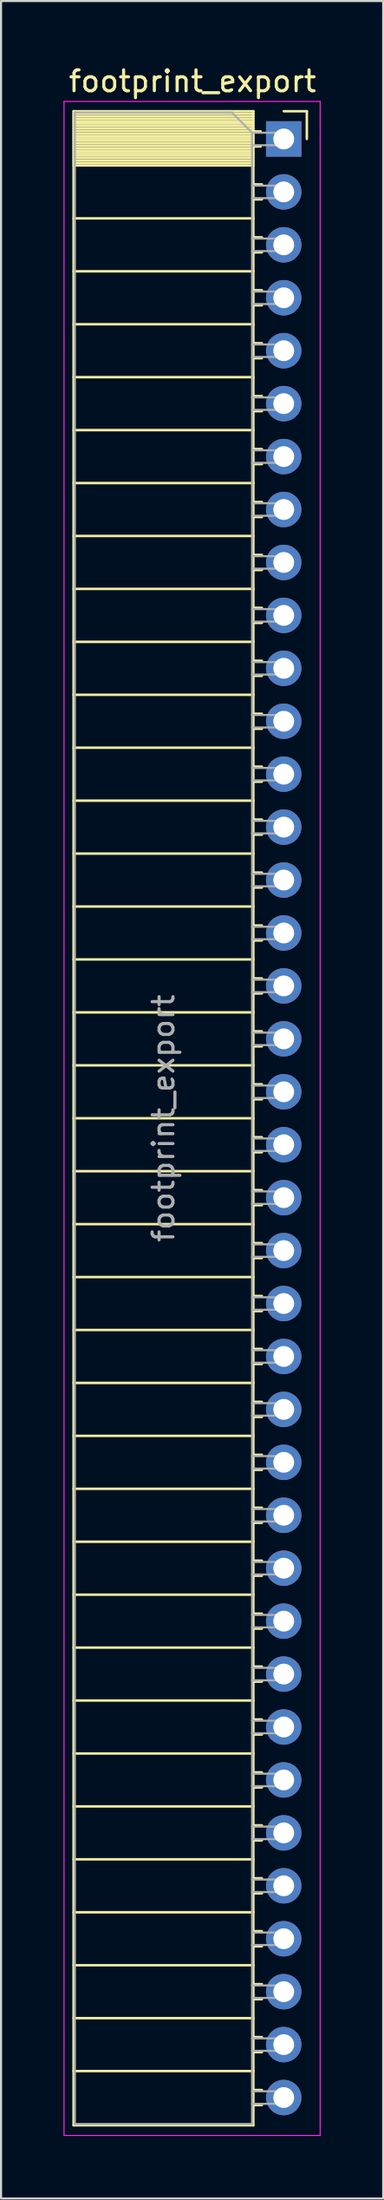
<source format=kicad_pcb>
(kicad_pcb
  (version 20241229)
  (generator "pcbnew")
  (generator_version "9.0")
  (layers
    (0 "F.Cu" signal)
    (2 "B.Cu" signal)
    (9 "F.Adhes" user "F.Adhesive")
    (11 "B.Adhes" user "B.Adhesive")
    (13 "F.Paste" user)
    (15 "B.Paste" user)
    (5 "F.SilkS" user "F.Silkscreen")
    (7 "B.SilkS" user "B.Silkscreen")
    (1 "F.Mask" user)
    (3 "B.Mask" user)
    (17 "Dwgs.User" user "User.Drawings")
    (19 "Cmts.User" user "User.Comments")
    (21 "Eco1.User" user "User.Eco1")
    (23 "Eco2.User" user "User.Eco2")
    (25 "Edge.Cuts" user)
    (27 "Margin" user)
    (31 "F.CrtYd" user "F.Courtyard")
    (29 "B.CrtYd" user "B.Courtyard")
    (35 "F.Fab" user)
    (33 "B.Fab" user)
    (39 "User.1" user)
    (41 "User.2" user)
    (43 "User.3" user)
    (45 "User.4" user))
  (footprint "footprint_export"
    (layer "F.Cu")
    (at 10.575 3.618)
    (property "Reference" "footprint_export" (at -4.38 -2.77 0) (layer "F.SilkS") (effects (font (size 1 1) (thickness 0.15))))
    (attr through_hole)
    (fp_line (start -10.09 -1.33) (end -10.09 95.31) (stroke (width 0.12) (type solid)) (layer "F.SilkS"))
    (fp_line (start -10.09 -1.33) (end -1.46 -1.33) (stroke (width 0.12) (type solid)) (layer "F.SilkS"))
    (fp_line (start -10.09 -1.21) (end -1.46 -1.21) (stroke (width 0.12) (type solid)) (layer "F.SilkS"))
    (fp_line (start -10.09 -1.092) (end -1.46 -1.092) (stroke (width 0.12) (type solid)) (layer "F.SilkS"))
    (fp_line (start -10.09 -0.974) (end -1.46 -0.974) (stroke (width 0.12) (type solid)) (layer "F.SilkS"))
    (fp_line (start -10.09 -0.856) (end -1.46 -0.856) (stroke (width 0.12) (type solid)) (layer "F.SilkS"))
    (fp_line (start -10.09 -0.738) (end -1.46 -0.738) (stroke (width 0.12) (type solid)) (layer "F.SilkS"))
    (fp_line (start -10.09 -0.62) (end -1.46 -0.62) (stroke (width 0.12) (type solid)) (layer "F.SilkS"))
    (fp_line (start -10.09 -0.501) (end -1.46 -0.501) (stroke (width 0.12) (type solid)) (layer "F.SilkS"))
    (fp_line (start -10.09 -0.383) (end -1.46 -0.383) (stroke (width 0.12) (type solid)) (layer "F.SilkS"))
    (fp_line (start -10.09 -0.265) (end -1.46 -0.265) (stroke (width 0.12) (type solid)) (layer "F.SilkS"))
    (fp_line (start -10.09 -0.147) (end -1.46 -0.147) (stroke (width 0.12) (type solid)) (layer "F.SilkS"))
    (fp_line (start -10.09 -0.029) (end -1.46 -0.029) (stroke (width 0.12) (type solid)) (layer "F.SilkS"))
    (fp_line (start -10.09 0.089) (end -1.46 0.089) (stroke (width 0.12) (type solid)) (layer "F.SilkS"))
    (fp_line (start -10.09 0.207) (end -1.46 0.207) (stroke (width 0.12) (type solid)) (layer "F.SilkS"))
    (fp_line (start -10.09 0.325) (end -1.46 0.325) (stroke (width 0.12) (type solid)) (layer "F.SilkS"))
    (fp_line (start -10.09 0.443) (end -1.46 0.443) (stroke (width 0.12) (type solid)) (layer "F.SilkS"))
    (fp_line (start -10.09 0.561) (end -1.46 0.561) (stroke (width 0.12) (type solid)) (layer "F.SilkS"))
    (fp_line (start -10.09 0.68) (end -1.46 0.68) (stroke (width 0.12) (type solid)) (layer "F.SilkS"))
    (fp_line (start -10.09 0.798) (end -1.46 0.798) (stroke (width 0.12) (type solid)) (layer "F.SilkS"))
    (fp_line (start -10.09 0.916) (end -1.46 0.916) (stroke (width 0.12) (type solid)) (layer "F.SilkS"))
    (fp_line (start -10.09 1.034) (end -1.46 1.034) (stroke (width 0.12) (type solid)) (layer "F.SilkS"))
    (fp_line (start -10.09 1.152) (end -1.46 1.152) (stroke (width 0.12) (type solid)) (layer "F.SilkS"))
    (fp_line (start -10.09 1.27) (end -1.46 1.27) (stroke (width 0.12) (type solid)) (layer "F.SilkS"))
    (fp_line (start -10.09 3.81) (end -1.46 3.81) (stroke (width 0.12) (type solid)) (layer "F.SilkS"))
    (fp_line (start -10.09 6.35) (end -1.46 6.35) (stroke (width 0.12) (type solid)) (layer "F.SilkS"))
    (fp_line (start -10.09 8.89) (end -1.46 8.89) (stroke (width 0.12) (type solid)) (layer "F.SilkS"))
    (fp_line (start -10.09 11.43) (end -1.46 11.43) (stroke (width 0.12) (type solid)) (layer "F.SilkS"))
    (fp_line (start -10.09 13.97) (end -1.46 13.97) (stroke (width 0.12) (type solid)) (layer "F.SilkS"))
    (fp_line (start -10.09 16.51) (end -1.46 16.51) (stroke (width 0.12) (type solid)) (layer "F.SilkS"))
    (fp_line (start -10.09 19.05) (end -1.46 19.05) (stroke (width 0.12) (type solid)) (layer "F.SilkS"))
    (fp_line (start -10.09 21.59) (end -1.46 21.59) (stroke (width 0.12) (type solid)) (layer "F.SilkS"))
    (fp_line (start -10.09 24.13) (end -1.46 24.13) (stroke (width 0.12) (type solid)) (layer "F.SilkS"))
    (fp_line (start -10.09 26.67) (end -1.46 26.67) (stroke (width 0.12) (type solid)) (layer "F.SilkS"))
    (fp_line (start -10.09 29.21) (end -1.46 29.21) (stroke (width 0.12) (type solid)) (layer "F.SilkS"))
    (fp_line (start -10.09 31.75) (end -1.46 31.75) (stroke (width 0.12) (type solid)) (layer "F.SilkS"))
    (fp_line (start -10.09 34.29) (end -1.46 34.29) (stroke (width 0.12) (type solid)) (layer "F.SilkS"))
    (fp_line (start -10.09 36.83) (end -1.46 36.83) (stroke (width 0.12) (type solid)) (layer "F.SilkS"))
    (fp_line (start -10.09 39.37) (end -1.46 39.37) (stroke (width 0.12) (type solid)) (layer "F.SilkS"))
    (fp_line (start -10.09 41.91) (end -1.46 41.91) (stroke (width 0.12) (type solid)) (layer "F.SilkS"))
    (fp_line (start -10.09 44.45) (end -1.46 44.45) (stroke (width 0.12) (type solid)) (layer "F.SilkS"))
    (fp_line (start -10.09 46.99) (end -1.46 46.99) (stroke (width 0.12) (type solid)) (layer "F.SilkS"))
    (fp_line (start -10.09 49.53) (end -1.46 49.53) (stroke (width 0.12) (type solid)) (layer "F.SilkS"))
    (fp_line (start -10.09 52.07) (end -1.46 52.07) (stroke (width 0.12) (type solid)) (layer "F.SilkS"))
    (fp_line (start -10.09 54.61) (end -1.46 54.61) (stroke (width 0.12) (type solid)) (layer "F.SilkS"))
    (fp_line (start -10.09 57.15) (end -1.46 57.15) (stroke (width 0.12) (type solid)) (layer "F.SilkS"))
    (fp_line (start -10.09 59.69) (end -1.46 59.69) (stroke (width 0.12) (type solid)) (layer "F.SilkS"))
    (fp_line (start -10.09 62.23) (end -1.46 62.23) (stroke (width 0.12) (type solid)) (layer "F.SilkS"))
    (fp_line (start -10.09 64.77) (end -1.46 64.77) (stroke (width 0.12) (type solid)) (layer "F.SilkS"))
    (fp_line (start -10.09 67.31) (end -1.46 67.31) (stroke (width 0.12) (type solid)) (layer "F.SilkS"))
    (fp_line (start -10.09 69.85) (end -1.46 69.85) (stroke (width 0.12) (type solid)) (layer "F.SilkS"))
    (fp_line (start -10.09 72.39) (end -1.46 72.39) (stroke (width 0.12) (type solid)) (layer "F.SilkS"))
    (fp_line (start -10.09 74.93) (end -1.46 74.93) (stroke (width 0.12) (type solid)) (layer "F.SilkS"))
    (fp_line (start -10.09 77.47) (end -1.46 77.47) (stroke (width 0.12) (type solid)) (layer "F.SilkS"))
    (fp_line (start -10.09 80.01) (end -1.46 80.01) (stroke (width 0.12) (type solid)) (layer "F.SilkS"))
    (fp_line (start -10.09 82.55) (end -1.46 82.55) (stroke (width 0.12) (type solid)) (layer "F.SilkS"))
    (fp_line (start -10.09 85.09) (end -1.46 85.09) (stroke (width 0.12) (type solid)) (layer "F.SilkS"))
    (fp_line (start -10.09 87.63) (end -1.46 87.63) (stroke (width 0.12) (type solid)) (layer "F.SilkS"))
    (fp_line (start -10.09 90.17) (end -1.46 90.17) (stroke (width 0.12) (type solid)) (layer "F.SilkS"))
    (fp_line (start -10.09 92.71) (end -1.46 92.71) (stroke (width 0.12) (type solid)) (layer "F.SilkS"))
    (fp_line (start -10.09 95.31) (end -1.46 95.31) (stroke (width 0.12) (type solid)) (layer "F.SilkS"))
    (fp_line (start -1.46 -1.33) (end -1.46 95.31) (stroke (width 0.12) (type solid)) (layer "F.SilkS"))
    (fp_line (start -1.46 -0.36) (end -1.11 -0.36) (stroke (width 0.12) (type solid)) (layer "F.SilkS"))
    (fp_line (start -1.46 0.36) (end -1.11 0.36) (stroke (width 0.12) (type solid)) (layer "F.SilkS"))
    (fp_line (start -1.46 2.18) (end -1.05 2.18) (stroke (width 0.12) (type solid)) (layer "F.SilkS"))
    (fp_line (start -1.46 2.9) (end -1.05 2.9) (stroke (width 0.12) (type solid)) (layer "F.SilkS"))
    (fp_line (start -1.46 4.72) (end -1.05 4.72) (stroke (width 0.12) (type solid)) (layer "F.SilkS"))
    (fp_line (start -1.46 5.44) (end -1.05 5.44) (stroke (width 0.12) (type solid)) (layer "F.SilkS"))
    (fp_line (start -1.46 7.26) (end -1.05 7.26) (stroke (width 0.12) (type solid)) (layer "F.SilkS"))
    (fp_line (start -1.46 7.98) (end -1.05 7.98) (stroke (width 0.12) (type solid)) (layer "F.SilkS"))
    (fp_line (start -1.46 9.8) (end -1.05 9.8) (stroke (width 0.12) (type solid)) (layer "F.SilkS"))
    (fp_line (start -1.46 10.52) (end -1.05 10.52) (stroke (width 0.12) (type solid)) (layer "F.SilkS"))
    (fp_line (start -1.46 12.34) (end -1.05 12.34) (stroke (width 0.12) (type solid)) (layer "F.SilkS"))
    (fp_line (start -1.46 13.06) (end -1.05 13.06) (stroke (width 0.12) (type solid)) (layer "F.SilkS"))
    (fp_line (start -1.46 14.88) (end -1.05 14.88) (stroke (width 0.12) (type solid)) (layer "F.SilkS"))
    (fp_line (start -1.46 15.6) (end -1.05 15.6) (stroke (width 0.12) (type solid)) (layer "F.SilkS"))
    (fp_line (start -1.46 17.42) (end -1.05 17.42) (stroke (width 0.12) (type solid)) (layer "F.SilkS"))
    (fp_line (start -1.46 18.14) (end -1.05 18.14) (stroke (width 0.12) (type solid)) (layer "F.SilkS"))
    (fp_line (start -1.46 19.96) (end -1.05 19.96) (stroke (width 0.12) (type solid)) (layer "F.SilkS"))
    (fp_line (start -1.46 20.68) (end -1.05 20.68) (stroke (width 0.12) (type solid)) (layer "F.SilkS"))
    (fp_line (start -1.46 22.5) (end -1.05 22.5) (stroke (width 0.12) (type solid)) (layer "F.SilkS"))
    (fp_line (start -1.46 23.22) (end -1.05 23.22) (stroke (width 0.12) (type solid)) (layer "F.SilkS"))
    (fp_line (start -1.46 25.04) (end -1.05 25.04) (stroke (width 0.12) (type solid)) (layer "F.SilkS"))
    (fp_line (start -1.46 25.76) (end -1.05 25.76) (stroke (width 0.12) (type solid)) (layer "F.SilkS"))
    (fp_line (start -1.46 27.58) (end -1.05 27.58) (stroke (width 0.12) (type solid)) (layer "F.SilkS"))
    (fp_line (start -1.46 28.3) (end -1.05 28.3) (stroke (width 0.12) (type solid)) (layer "F.SilkS"))
    (fp_line (start -1.46 30.12) (end -1.05 30.12) (stroke (width 0.12) (type solid)) (layer "F.SilkS"))
    (fp_line (start -1.46 30.84) (end -1.05 30.84) (stroke (width 0.12) (type solid)) (layer "F.SilkS"))
    (fp_line (start -1.46 32.66) (end -1.05 32.66) (stroke (width 0.12) (type solid)) (layer "F.SilkS"))
    (fp_line (start -1.46 33.38) (end -1.05 33.38) (stroke (width 0.12) (type solid)) (layer "F.SilkS"))
    (fp_line (start -1.46 35.2) (end -1.05 35.2) (stroke (width 0.12) (type solid)) (layer "F.SilkS"))
    (fp_line (start -1.46 35.92) (end -1.05 35.92) (stroke (width 0.12) (type solid)) (layer "F.SilkS"))
    (fp_line (start -1.46 37.74) (end -1.05 37.74) (stroke (width 0.12) (type solid)) (layer "F.SilkS"))
    (fp_line (start -1.46 38.46) (end -1.05 38.46) (stroke (width 0.12) (type solid)) (layer "F.SilkS"))
    (fp_line (start -1.46 40.28) (end -1.05 40.28) (stroke (width 0.12) (type solid)) (layer "F.SilkS"))
    (fp_line (start -1.46 41) (end -1.05 41) (stroke (width 0.12) (type solid)) (layer "F.SilkS"))
    (fp_line (start -1.46 42.82) (end -1.05 42.82) (stroke (width 0.12) (type solid)) (layer "F.SilkS"))
    (fp_line (start -1.46 43.54) (end -1.05 43.54) (stroke (width 0.12) (type solid)) (layer "F.SilkS"))
    (fp_line (start -1.46 45.36) (end -1.05 45.36) (stroke (width 0.12) (type solid)) (layer "F.SilkS"))
    (fp_line (start -1.46 46.08) (end -1.05 46.08) (stroke (width 0.12) (type solid)) (layer "F.SilkS"))
    (fp_line (start -1.46 47.9) (end -1.05 47.9) (stroke (width 0.12) (type solid)) (layer "F.SilkS"))
    (fp_line (start -1.46 48.62) (end -1.05 48.62) (stroke (width 0.12) (type solid)) (layer "F.SilkS"))
    (fp_line (start -1.46 50.44) (end -1.05 50.44) (stroke (width 0.12) (type solid)) (layer "F.SilkS"))
    (fp_line (start -1.46 51.16) (end -1.05 51.16) (stroke (width 0.12) (type solid)) (layer "F.SilkS"))
    (fp_line (start -1.46 52.98) (end -1.05 52.98) (stroke (width 0.12) (type solid)) (layer "F.SilkS"))
    (fp_line (start -1.46 53.7) (end -1.05 53.7) (stroke (width 0.12) (type solid)) (layer "F.SilkS"))
    (fp_line (start -1.46 55.52) (end -1.05 55.52) (stroke (width 0.12) (type solid)) (layer "F.SilkS"))
    (fp_line (start -1.46 56.24) (end -1.05 56.24) (stroke (width 0.12) (type solid)) (layer "F.SilkS"))
    (fp_line (start -1.46 58.06) (end -1.05 58.06) (stroke (width 0.12) (type solid)) (layer "F.SilkS"))
    (fp_line (start -1.46 58.78) (end -1.05 58.78) (stroke (width 0.12) (type solid)) (layer "F.SilkS"))
    (fp_line (start -1.46 60.6) (end -1.05 60.6) (stroke (width 0.12) (type solid)) (layer "F.SilkS"))
    (fp_line (start -1.46 61.32) (end -1.05 61.32) (stroke (width 0.12) (type solid)) (layer "F.SilkS"))
    (fp_line (start -1.46 63.14) (end -1.05 63.14) (stroke (width 0.12) (type solid)) (layer "F.SilkS"))
    (fp_line (start -1.46 63.86) (end -1.05 63.86) (stroke (width 0.12) (type solid)) (layer "F.SilkS"))
    (fp_line (start -1.46 65.68) (end -1.05 65.68) (stroke (width 0.12) (type solid)) (layer "F.SilkS"))
    (fp_line (start -1.46 66.4) (end -1.05 66.4) (stroke (width 0.12) (type solid)) (layer "F.SilkS"))
    (fp_line (start -1.46 68.22) (end -1.05 68.22) (stroke (width 0.12) (type solid)) (layer "F.SilkS"))
    (fp_line (start -1.46 68.94) (end -1.05 68.94) (stroke (width 0.12) (type solid)) (layer "F.SilkS"))
    (fp_line (start -1.46 70.76) (end -1.05 70.76) (stroke (width 0.12) (type solid)) (layer "F.SilkS"))
    (fp_line (start -1.46 71.48) (end -1.05 71.48) (stroke (width 0.12) (type solid)) (layer "F.SilkS"))
    (fp_line (start -1.46 73.3) (end -1.05 73.3) (stroke (width 0.12) (type solid)) (layer "F.SilkS"))
    (fp_line (start -1.46 74.02) (end -1.05 74.02) (stroke (width 0.12) (type solid)) (layer "F.SilkS"))
    (fp_line (start -1.46 75.84) (end -1.05 75.84) (stroke (width 0.12) (type solid)) (layer "F.SilkS"))
    (fp_line (start -1.46 76.56) (end -1.05 76.56) (stroke (width 0.12) (type solid)) (layer "F.SilkS"))
    (fp_line (start -1.46 78.38) (end -1.05 78.38) (stroke (width 0.12) (type solid)) (layer "F.SilkS"))
    (fp_line (start -1.46 79.1) (end -1.05 79.1) (stroke (width 0.12) (type solid)) (layer "F.SilkS"))
    (fp_line (start -1.46 80.92) (end -1.05 80.92) (stroke (width 0.12) (type solid)) (layer "F.SilkS"))
    (fp_line (start -1.46 81.64) (end -1.05 81.64) (stroke (width 0.12) (type solid)) (layer "F.SilkS"))
    (fp_line (start -1.46 83.46) (end -1.05 83.46) (stroke (width 0.12) (type solid)) (layer "F.SilkS"))
    (fp_line (start -1.46 84.18) (end -1.05 84.18) (stroke (width 0.12) (type solid)) (layer "F.SilkS"))
    (fp_line (start -1.46 86) (end -1.05 86) (stroke (width 0.12) (type solid)) (layer "F.SilkS"))
    (fp_line (start -1.46 86.72) (end -1.05 86.72) (stroke (width 0.12) (type solid)) (layer "F.SilkS"))
    (fp_line (start -1.46 88.54) (end -1.05 88.54) (stroke (width 0.12) (type solid)) (layer "F.SilkS"))
    (fp_line (start -1.46 89.26) (end -1.05 89.26) (stroke (width 0.12) (type solid)) (layer "F.SilkS"))
    (fp_line (start -1.46 91.08) (end -1.05 91.08) (stroke (width 0.12) (type solid)) (layer "F.SilkS"))
    (fp_line (start -1.46 91.8) (end -1.05 91.8) (stroke (width 0.12) (type solid)) (layer "F.SilkS"))
    (fp_line (start -1.46 93.62) (end -1.05 93.62) (stroke (width 0.12) (type solid)) (layer "F.SilkS"))
    (fp_line (start -1.46 94.34) (end -1.05 94.34) (stroke (width 0.12) (type solid)) (layer "F.SilkS"))
    (fp_line (start 0 -1.33) (end 1.11 -1.33) (stroke (width 0.12) (type solid)) (layer "F.SilkS"))
    (fp_line (start 1.11 -1.33) (end 1.11 0) (stroke (width 0.12) (type solid)) (layer "F.SilkS"))
    (fp_line (start -10.55 -1.8) (end -10.55 95.8) (stroke (width 0.05) (type solid)) (layer "F.CrtYd"))
    (fp_line (start -10.55 95.8) (end 1.75 95.8) (stroke (width 0.05) (type solid)) (layer "F.CrtYd"))
    (fp_line (start 1.75 -1.8) (end -10.55 -1.8) (stroke (width 0.05) (type solid)) (layer "F.CrtYd"))
    (fp_line (start 1.75 95.8) (end 1.75 -1.8) (stroke (width 0.05) (type solid)) (layer "F.CrtYd"))
    (fp_line (start -10.03 -1.27) (end -2.49 -1.27) (stroke (width 0.1) (type solid)) (layer "F.Fab"))
    (fp_line (start -10.03 95.25) (end -10.03 -1.27) (stroke (width 0.1) (type solid)) (layer "F.Fab"))
    (fp_line (start -2.49 -1.27) (end -1.52 -0.3) (stroke (width 0.1) (type solid)) (layer "F.Fab"))
    (fp_line (start -1.52 -0.3) (end -1.52 95.25) (stroke (width 0.1) (type solid)) (layer "F.Fab"))
    (fp_line (start -1.52 0.3) (end 0 0.3) (stroke (width 0.1) (type solid)) (layer "F.Fab"))
    (fp_line (start -1.52 2.84) (end 0 2.84) (stroke (width 0.1) (type solid)) (layer "F.Fab"))
    (fp_line (start -1.52 5.38) (end 0 5.38) (stroke (width 0.1) (type solid)) (layer "F.Fab"))
    (fp_line (start -1.52 7.92) (end 0 7.92) (stroke (width 0.1) (type solid)) (layer "F.Fab"))
    (fp_line (start -1.52 10.46) (end 0 10.46) (stroke (width 0.1) (type solid)) (layer "F.Fab"))
    (fp_line (start -1.52 13) (end 0 13) (stroke (width 0.1) (type solid)) (layer "F.Fab"))
    (fp_line (start -1.52 15.54) (end 0 15.54) (stroke (width 0.1) (type solid)) (layer "F.Fab"))
    (fp_line (start -1.52 18.08) (end 0 18.08) (stroke (width 0.1) (type solid)) (layer "F.Fab"))
    (fp_line (start -1.52 20.62) (end 0 20.62) (stroke (width 0.1) (type solid)) (layer "F.Fab"))
    (fp_line (start -1.52 23.16) (end 0 23.16) (stroke (width 0.1) (type solid)) (layer "F.Fab"))
    (fp_line (start -1.52 25.7) (end 0 25.7) (stroke (width 0.1) (type solid)) (layer "F.Fab"))
    (fp_line (start -1.52 28.24) (end 0 28.24) (stroke (width 0.1) (type solid)) (layer "F.Fab"))
    (fp_line (start -1.52 30.78) (end 0 30.78) (stroke (width 0.1) (type solid)) (layer "F.Fab"))
    (fp_line (start -1.52 33.32) (end 0 33.32) (stroke (width 0.1) (type solid)) (layer "F.Fab"))
    (fp_line (start -1.52 35.86) (end 0 35.86) (stroke (width 0.1) (type solid)) (layer "F.Fab"))
    (fp_line (start -1.52 38.4) (end 0 38.4) (stroke (width 0.1) (type solid)) (layer "F.Fab"))
    (fp_line (start -1.52 40.94) (end 0 40.94) (stroke (width 0.1) (type solid)) (layer "F.Fab"))
    (fp_line (start -1.52 43.48) (end 0 43.48) (stroke (width 0.1) (type solid)) (layer "F.Fab"))
    (fp_line (start -1.52 46.02) (end 0 46.02) (stroke (width 0.1) (type solid)) (layer "F.Fab"))
    (fp_line (start -1.52 48.56) (end 0 48.56) (stroke (width 0.1) (type solid)) (layer "F.Fab"))
    (fp_line (start -1.52 51.1) (end 0 51.1) (stroke (width 0.1) (type solid)) (layer "F.Fab"))
    (fp_line (start -1.52 53.64) (end 0 53.64) (stroke (width 0.1) (type solid)) (layer "F.Fab"))
    (fp_line (start -1.52 56.18) (end 0 56.18) (stroke (width 0.1) (type solid)) (layer "F.Fab"))
    (fp_line (start -1.52 58.72) (end 0 58.72) (stroke (width 0.1) (type solid)) (layer "F.Fab"))
    (fp_line (start -1.52 61.26) (end 0 61.26) (stroke (width 0.1) (type solid)) (layer "F.Fab"))
    (fp_line (start -1.52 63.8) (end 0 63.8) (stroke (width 0.1) (type solid)) (layer "F.Fab"))
    (fp_line (start -1.52 66.34) (end 0 66.34) (stroke (width 0.1) (type solid)) (layer "F.Fab"))
    (fp_line (start -1.52 68.88) (end 0 68.88) (stroke (width 0.1) (type solid)) (layer "F.Fab"))
    (fp_line (start -1.52 71.42) (end 0 71.42) (stroke (width 0.1) (type solid)) (layer "F.Fab"))
    (fp_line (start -1.52 73.96) (end 0 73.96) (stroke (width 0.1) (type solid)) (layer "F.Fab"))
    (fp_line (start -1.52 76.5) (end 0 76.5) (stroke (width 0.1) (type solid)) (layer "F.Fab"))
    (fp_line (start -1.52 79.04) (end 0 79.04) (stroke (width 0.1) (type solid)) (layer "F.Fab"))
    (fp_line (start -1.52 81.58) (end 0 81.58) (stroke (width 0.1) (type solid)) (layer "F.Fab"))
    (fp_line (start -1.52 84.12) (end 0 84.12) (stroke (width 0.1) (type solid)) (layer "F.Fab"))
    (fp_line (start -1.52 86.66) (end 0 86.66) (stroke (width 0.1) (type solid)) (layer "F.Fab"))
    (fp_line (start -1.52 89.2) (end 0 89.2) (stroke (width 0.1) (type solid)) (layer "F.Fab"))
    (fp_line (start -1.52 91.74) (end 0 91.74) (stroke (width 0.1) (type solid)) (layer "F.Fab"))
    (fp_line (start -1.52 94.28) (end 0 94.28) (stroke (width 0.1) (type solid)) (layer "F.Fab"))
    (fp_line (start -1.52 95.25) (end -10.03 95.25) (stroke (width 0.1) (type solid)) (layer "F.Fab"))
    (fp_line (start 0 -0.3) (end -1.52 -0.3) (stroke (width 0.1) (type solid)) (layer "F.Fab"))
    (fp_line (start 0 0.3) (end 0 -0.3) (stroke (width 0.1) (type solid)) (layer "F.Fab"))
    (fp_line (start 0 2.24) (end -1.52 2.24) (stroke (width 0.1) (type solid)) (layer "F.Fab"))
    (fp_line (start 0 2.84) (end 0 2.24) (stroke (width 0.1) (type solid)) (layer "F.Fab"))
    (fp_line (start 0 4.78) (end -1.52 4.78) (stroke (width 0.1) (type solid)) (layer "F.Fab"))
    (fp_line (start 0 5.38) (end 0 4.78) (stroke (width 0.1) (type solid)) (layer "F.Fab"))
    (fp_line (start 0 7.32) (end -1.52 7.32) (stroke (width 0.1) (type solid)) (layer "F.Fab"))
    (fp_line (start 0 7.92) (end 0 7.32) (stroke (width 0.1) (type solid)) (layer "F.Fab"))
    (fp_line (start 0 9.86) (end -1.52 9.86) (stroke (width 0.1) (type solid)) (layer "F.Fab"))
    (fp_line (start 0 10.46) (end 0 9.86) (stroke (width 0.1) (type solid)) (layer "F.Fab"))
    (fp_line (start 0 12.4) (end -1.52 12.4) (stroke (width 0.1) (type solid)) (layer "F.Fab"))
    (fp_line (start 0 13) (end 0 12.4) (stroke (width 0.1) (type solid)) (layer "F.Fab"))
    (fp_line (start 0 14.94) (end -1.52 14.94) (stroke (width 0.1) (type solid)) (layer "F.Fab"))
    (fp_line (start 0 15.54) (end 0 14.94) (stroke (width 0.1) (type solid)) (layer "F.Fab"))
    (fp_line (start 0 17.48) (end -1.52 17.48) (stroke (width 0.1) (type solid)) (layer "F.Fab"))
    (fp_line (start 0 18.08) (end 0 17.48) (stroke (width 0.1) (type solid)) (layer "F.Fab"))
    (fp_line (start 0 20.02) (end -1.52 20.02) (stroke (width 0.1) (type solid)) (layer "F.Fab"))
    (fp_line (start 0 20.62) (end 0 20.02) (stroke (width 0.1) (type solid)) (layer "F.Fab"))
    (fp_line (start 0 22.56) (end -1.52 22.56) (stroke (width 0.1) (type solid)) (layer "F.Fab"))
    (fp_line (start 0 23.16) (end 0 22.56) (stroke (width 0.1) (type solid)) (layer "F.Fab"))
    (fp_line (start 0 25.1) (end -1.52 25.1) (stroke (width 0.1) (type solid)) (layer "F.Fab"))
    (fp_line (start 0 25.7) (end 0 25.1) (stroke (width 0.1) (type solid)) (layer "F.Fab"))
    (fp_line (start 0 27.64) (end -1.52 27.64) (stroke (width 0.1) (type solid)) (layer "F.Fab"))
    (fp_line (start 0 28.24) (end 0 27.64) (stroke (width 0.1) (type solid)) (layer "F.Fab"))
    (fp_line (start 0 30.18) (end -1.52 30.18) (stroke (width 0.1) (type solid)) (layer "F.Fab"))
    (fp_line (start 0 30.78) (end 0 30.18) (stroke (width 0.1) (type solid)) (layer "F.Fab"))
    (fp_line (start 0 32.72) (end -1.52 32.72) (stroke (width 0.1) (type solid)) (layer "F.Fab"))
    (fp_line (start 0 33.32) (end 0 32.72) (stroke (width 0.1) (type solid)) (layer "F.Fab"))
    (fp_line (start 0 35.26) (end -1.52 35.26) (stroke (width 0.1) (type solid)) (layer "F.Fab"))
    (fp_line (start 0 35.86) (end 0 35.26) (stroke (width 0.1) (type solid)) (layer "F.Fab"))
    (fp_line (start 0 37.8) (end -1.52 37.8) (stroke (width 0.1) (type solid)) (layer "F.Fab"))
    (fp_line (start 0 38.4) (end 0 37.8) (stroke (width 0.1) (type solid)) (layer "F.Fab"))
    (fp_line (start 0 40.34) (end -1.52 40.34) (stroke (width 0.1) (type solid)) (layer "F.Fab"))
    (fp_line (start 0 40.94) (end 0 40.34) (stroke (width 0.1) (type solid)) (layer "F.Fab"))
    (fp_line (start 0 42.88) (end -1.52 42.88) (stroke (width 0.1) (type solid)) (layer "F.Fab"))
    (fp_line (start 0 43.48) (end 0 42.88) (stroke (width 0.1) (type solid)) (layer "F.Fab"))
    (fp_line (start 0 45.42) (end -1.52 45.42) (stroke (width 0.1) (type solid)) (layer "F.Fab"))
    (fp_line (start 0 46.02) (end 0 45.42) (stroke (width 0.1) (type solid)) (layer "F.Fab"))
    (fp_line (start 0 47.96) (end -1.52 47.96) (stroke (width 0.1) (type solid)) (layer "F.Fab"))
    (fp_line (start 0 48.56) (end 0 47.96) (stroke (width 0.1) (type solid)) (layer "F.Fab"))
    (fp_line (start 0 50.5) (end -1.52 50.5) (stroke (width 0.1) (type solid)) (layer "F.Fab"))
    (fp_line (start 0 51.1) (end 0 50.5) (stroke (width 0.1) (type solid)) (layer "F.Fab"))
    (fp_line (start 0 53.04) (end -1.52 53.04) (stroke (width 0.1) (type solid)) (layer "F.Fab"))
    (fp_line (start 0 53.64) (end 0 53.04) (stroke (width 0.1) (type solid)) (layer "F.Fab"))
    (fp_line (start 0 55.58) (end -1.52 55.58) (stroke (width 0.1) (type solid)) (layer "F.Fab"))
    (fp_line (start 0 56.18) (end 0 55.58) (stroke (width 0.1) (type solid)) (layer "F.Fab"))
    (fp_line (start 0 58.12) (end -1.52 58.12) (stroke (width 0.1) (type solid)) (layer "F.Fab"))
    (fp_line (start 0 58.72) (end 0 58.12) (stroke (width 0.1) (type solid)) (layer "F.Fab"))
    (fp_line (start 0 60.66) (end -1.52 60.66) (stroke (width 0.1) (type solid)) (layer "F.Fab"))
    (fp_line (start 0 61.26) (end 0 60.66) (stroke (width 0.1) (type solid)) (layer "F.Fab"))
    (fp_line (start 0 63.2) (end -1.52 63.2) (stroke (width 0.1) (type solid)) (layer "F.Fab"))
    (fp_line (start 0 63.8) (end 0 63.2) (stroke (width 0.1) (type solid)) (layer "F.Fab"))
    (fp_line (start 0 65.74) (end -1.52 65.74) (stroke (width 0.1) (type solid)) (layer "F.Fab"))
    (fp_line (start 0 66.34) (end 0 65.74) (stroke (width 0.1) (type solid)) (layer "F.Fab"))
    (fp_line (start 0 68.28) (end -1.52 68.28) (stroke (width 0.1) (type solid)) (layer "F.Fab"))
    (fp_line (start 0 68.88) (end 0 68.28) (stroke (width 0.1) (type solid)) (layer "F.Fab"))
    (fp_line (start 0 70.82) (end -1.52 70.82) (stroke (width 0.1) (type solid)) (layer "F.Fab"))
    (fp_line (start 0 71.42) (end 0 70.82) (stroke (width 0.1) (type solid)) (layer "F.Fab"))
    (fp_line (start 0 73.36) (end -1.52 73.36) (stroke (width 0.1) (type solid)) (layer "F.Fab"))
    (fp_line (start 0 73.96) (end 0 73.36) (stroke (width 0.1) (type solid)) (layer "F.Fab"))
    (fp_line (start 0 75.9) (end -1.52 75.9) (stroke (width 0.1) (type solid)) (layer "F.Fab"))
    (fp_line (start 0 76.5) (end 0 75.9) (stroke (width 0.1) (type solid)) (layer "F.Fab"))
    (fp_line (start 0 78.44) (end -1.52 78.44) (stroke (width 0.1) (type solid)) (layer "F.Fab"))
    (fp_line (start 0 79.04) (end 0 78.44) (stroke (width 0.1) (type solid)) (layer "F.Fab"))
    (fp_line (start 0 80.98) (end -1.52 80.98) (stroke (width 0.1) (type solid)) (layer "F.Fab"))
    (fp_line (start 0 81.58) (end 0 80.98) (stroke (width 0.1) (type solid)) (layer "F.Fab"))
    (fp_line (start 0 83.52) (end -1.52 83.52) (stroke (width 0.1) (type solid)) (layer "F.Fab"))
    (fp_line (start 0 84.12) (end 0 83.52) (stroke (width 0.1) (type solid)) (layer "F.Fab"))
    (fp_line (start 0 86.06) (end -1.52 86.06) (stroke (width 0.1) (type solid)) (layer "F.Fab"))
    (fp_line (start 0 86.66) (end 0 86.06) (stroke (width 0.1) (type solid)) (layer "F.Fab"))
    (fp_line (start 0 88.6) (end -1.52 88.6) (stroke (width 0.1) (type solid)) (layer "F.Fab"))
    (fp_line (start 0 89.2) (end 0 88.6) (stroke (width 0.1) (type solid)) (layer "F.Fab"))
    (fp_line (start 0 91.14) (end -1.52 91.14) (stroke (width 0.1) (type solid)) (layer "F.Fab"))
    (fp_line (start 0 91.74) (end 0 91.14) (stroke (width 0.1) (type solid)) (layer "F.Fab"))
    (fp_line (start 0 93.68) (end -1.52 93.68) (stroke (width 0.1) (type solid)) (layer "F.Fab"))
    (fp_line (start 0 94.28) (end 0 93.68) (stroke (width 0.1) (type solid)) (layer "F.Fab"))
    (fp_text user "${REFERENCE}" (at -5.775 46.99 90) (layer "F.Fab") (effects (font (size 1 1) (thickness 0.15))))
    (pad "1" thru_hole rect (at 0 0) (size 1.7 1.7) (drill 1) (layers "*.Cu" "*.Mask"))
    (pad "2" thru_hole oval (at 0 2.54) (size 1.7 1.7) (drill 1) (layers "*.Cu" "*.Mask"))
    (pad "3" thru_hole oval (at 0 5.08) (size 1.7 1.7) (drill 1) (layers "*.Cu" "*.Mask"))
    (pad "4" thru_hole oval (at 0 7.62) (size 1.7 1.7) (drill 1) (layers "*.Cu" "*.Mask"))
    (pad "5" thru_hole oval (at 0 10.16) (size 1.7 1.7) (drill 1) (layers "*.Cu" "*.Mask"))
    (pad "6" thru_hole oval (at 0 12.7) (size 1.7 1.7) (drill 1) (layers "*.Cu" "*.Mask"))
    (pad "7" thru_hole oval (at 0 15.24) (size 1.7 1.7) (drill 1) (layers "*.Cu" "*.Mask"))
    (pad "8" thru_hole oval (at 0 17.78) (size 1.7 1.7) (drill 1) (layers "*.Cu" "*.Mask"))
    (pad "9" thru_hole oval (at 0 20.32) (size 1.7 1.7) (drill 1) (layers "*.Cu" "*.Mask"))
    (pad "10" thru_hole oval (at 0 22.86) (size 1.7 1.7) (drill 1) (layers "*.Cu" "*.Mask"))
    (pad "11" thru_hole oval (at 0 25.4) (size 1.7 1.7) (drill 1) (layers "*.Cu" "*.Mask"))
    (pad "12" thru_hole oval (at 0 27.94) (size 1.7 1.7) (drill 1) (layers "*.Cu" "*.Mask"))
    (pad "13" thru_hole oval (at 0 30.48) (size 1.7 1.7) (drill 1) (layers "*.Cu" "*.Mask"))
    (pad "14" thru_hole oval (at 0 33.02) (size 1.7 1.7) (drill 1) (layers "*.Cu" "*.Mask"))
    (pad "15" thru_hole oval (at 0 35.56) (size 1.7 1.7) (drill 1) (layers "*.Cu" "*.Mask"))
    (pad "16" thru_hole oval (at 0 38.1) (size 1.7 1.7) (drill 1) (layers "*.Cu" "*.Mask"))
    (pad "17" thru_hole oval (at 0 40.64) (size 1.7 1.7) (drill 1) (layers "*.Cu" "*.Mask"))
    (pad "18" thru_hole oval (at 0 43.18) (size 1.7 1.7) (drill 1) (layers "*.Cu" "*.Mask"))
    (pad "19" thru_hole oval (at 0 45.72) (size 1.7 1.7) (drill 1) (layers "*.Cu" "*.Mask"))
    (pad "20" thru_hole oval (at 0 48.26) (size 1.7 1.7) (drill 1) (layers "*.Cu" "*.Mask"))
    (pad "21" thru_hole oval (at 0 50.8) (size 1.7 1.7) (drill 1) (layers "*.Cu" "*.Mask"))
    (pad "22" thru_hole oval (at 0 53.34) (size 1.7 1.7) (drill 1) (layers "*.Cu" "*.Mask"))
    (pad "23" thru_hole oval (at 0 55.88) (size 1.7 1.7) (drill 1) (layers "*.Cu" "*.Mask"))
    (pad "24" thru_hole oval (at 0 58.42) (size 1.7 1.7) (drill 1) (layers "*.Cu" "*.Mask"))
    (pad "25" thru_hole oval (at 0 60.96) (size 1.7 1.7) (drill 1) (layers "*.Cu" "*.Mask"))
    (pad "26" thru_hole oval (at 0 63.5) (size 1.7 1.7) (drill 1) (layers "*.Cu" "*.Mask"))
    (pad "27" thru_hole oval (at 0 66.04) (size 1.7 1.7) (drill 1) (layers "*.Cu" "*.Mask"))
    (pad "28" thru_hole oval (at 0 68.58) (size 1.7 1.7) (drill 1) (layers "*.Cu" "*.Mask"))
    (pad "29" thru_hole oval (at 0 71.12) (size 1.7 1.7) (drill 1) (layers "*.Cu" "*.Mask"))
    (pad "30" thru_hole oval (at 0 73.66) (size 1.7 1.7) (drill 1) (layers "*.Cu" "*.Mask"))
    (pad "31" thru_hole oval (at 0 76.2) (size 1.7 1.7) (drill 1) (layers "*.Cu" "*.Mask"))
    (pad "32" thru_hole oval (at 0 78.74) (size 1.7 1.7) (drill 1) (layers "*.Cu" "*.Mask"))
    (pad "33" thru_hole oval (at 0 81.28) (size 1.7 1.7) (drill 1) (layers "*.Cu" "*.Mask"))
    (pad "34" thru_hole oval (at 0 83.82) (size 1.7 1.7) (drill 1) (layers "*.Cu" "*.Mask"))
    (pad "35" thru_hole oval (at 0 86.36) (size 1.7 1.7) (drill 1) (layers "*.Cu" "*.Mask"))
    (pad "36" thru_hole oval (at 0 88.9) (size 1.7 1.7) (drill 1) (layers "*.Cu" "*.Mask"))
    (pad "37" thru_hole oval (at 0 91.44) (size 1.7 1.7) (drill 1) (layers "*.Cu" "*.Mask"))
    (pad "38" thru_hole oval (at 0 93.98) (size 1.7 1.7) (drill 1) (layers "*.Cu" "*.Mask")))
  (gr_rect
    (start -3 -3)
    (end 15.35 102.443)
    (stroke (width 0.1) (type default))
    (fill no)
    (layer "Edge.Cuts")))
</source>
